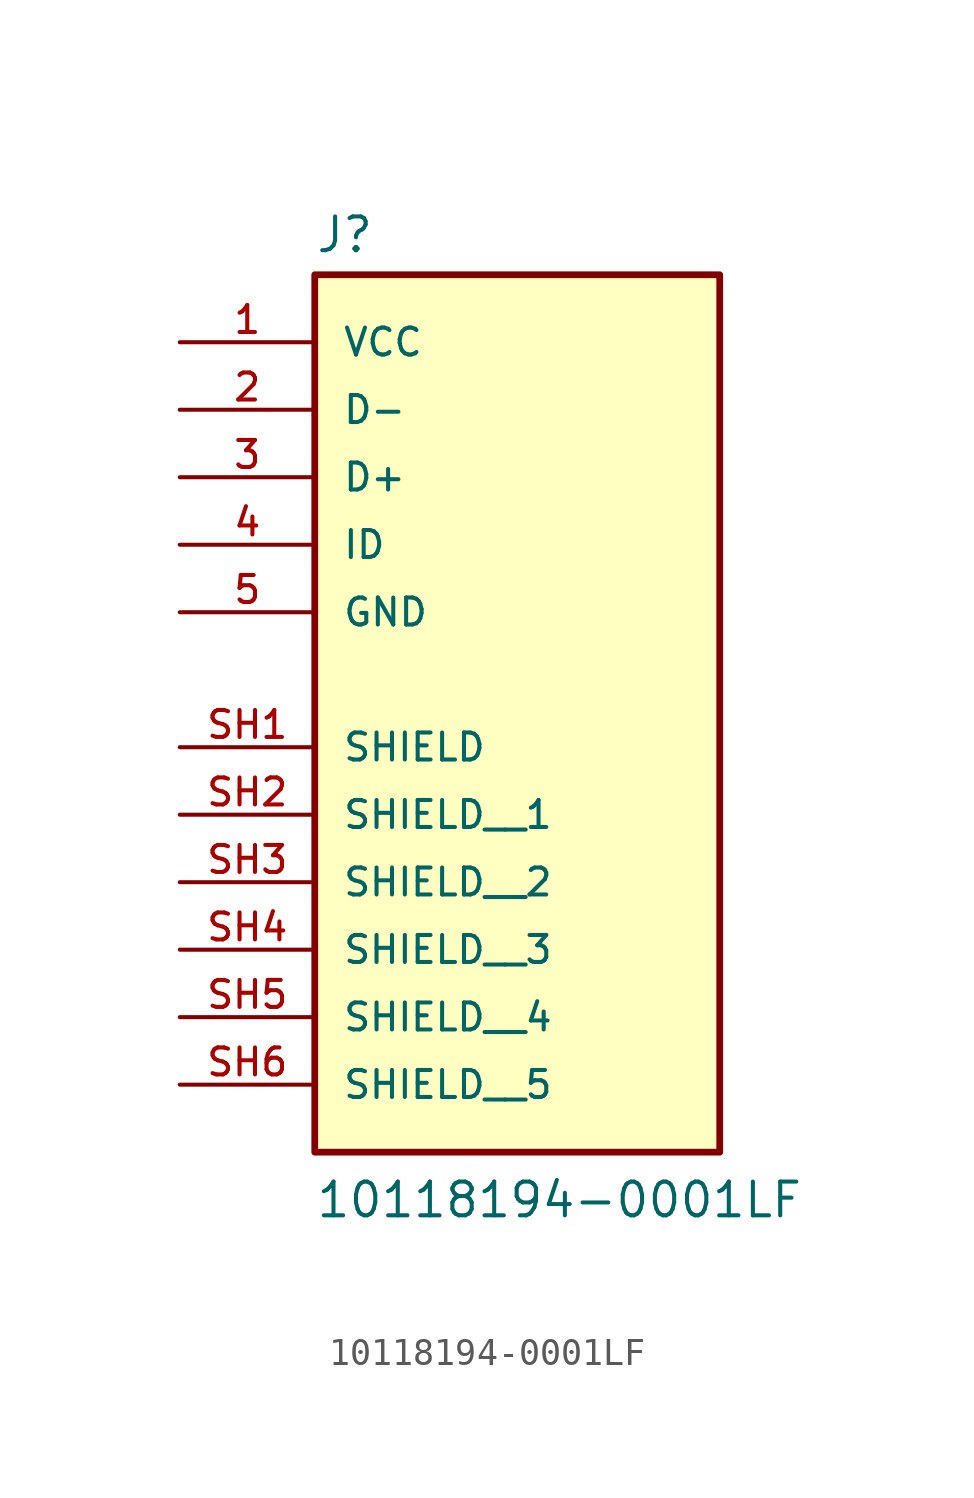
<source format=kicad_sym>
(kicad_symbol_lib
  (version 20211014)
  (generator kicad_symbol_editor)
  (symbol "10118194-0001LF"
    (pin_names
      (offset 1.016))
    (property "Reference" "J"
      (at -7.62 10.922 0)
      (effects (font (size 1.27 1.27)) (justify bottom left)))
    (property "Value" "10118194-0001LF"
      (at -7.62 -25.4 0)
      (effects (font (size 1.27 1.27)) (justify bottom left)))
    (symbol "10118194-0001LF_0_0"
      (rectangle (start -7.62 -22.86) (end 7.62 10.16) (stroke (width 0.254)) (fill (type background)))
      (pin power_in line (at -12.7 7.62 0) (length 5.08) (name "VCC" (effects (font (size 1.016 1.016)))) (number "1" (effects (font (size 1.016 1.016)))))
      (pin bidirectional line (at -12.7 5.08 0) (length 5.08) (name "D-" (effects (font (size 1.016 1.016)))) (number "2" (effects (font (size 1.016 1.016)))))
      (pin bidirectional line (at -12.7 2.54 0) (length 5.08) (name "D+" (effects (font (size 1.016 1.016)))) (number "3" (effects (font (size 1.016 1.016)))))
      (pin bidirectional line (at -12.7 0.0 0) (length 5.08) (name "ID" (effects (font (size 1.016 1.016)))) (number "4" (effects (font (size 1.016 1.016)))))
      (pin power_in line (at -12.7 -2.54 0) (length 5.08) (name "GND" (effects (font (size 1.016 1.016)))) (number "5" (effects (font (size 1.016 1.016)))))
      (pin passive line (at -12.7 -7.62 0) (length 5.08) (name "SHIELD" (effects (font (size 1.016 1.016)))) (number "SH1" (effects (font (size 1.016 1.016)))))
      (pin passive line (at -12.7 -10.16 0) (length 5.08) (name "SHIELD__1" (effects (font (size 1.016 1.016)))) (number "SH2" (effects (font (size 1.016 1.016)))))
      (pin passive line (at -12.7 -12.7 0) (length 5.08) (name "SHIELD__2" (effects (font (size 1.016 1.016)))) (number "SH3" (effects (font (size 1.016 1.016)))))
      (pin passive line (at -12.7 -15.24 0) (length 5.08) (name "SHIELD__3" (effects (font (size 1.016 1.016)))) (number "SH4" (effects (font (size 1.016 1.016)))))
      (pin passive line (at -12.7 -17.78 0) (length 5.08) (name "SHIELD__4" (effects (font (size 1.016 1.016)))) (number "SH5" (effects (font (size 1.016 1.016)))))
      (pin passive line (at -12.7 -20.32 0) (length 5.08) (name "SHIELD__5" (effects (font (size 1.016 1.016)))) (number "SH6" (effects (font (size 1.016 1.016))))))))
</source>
